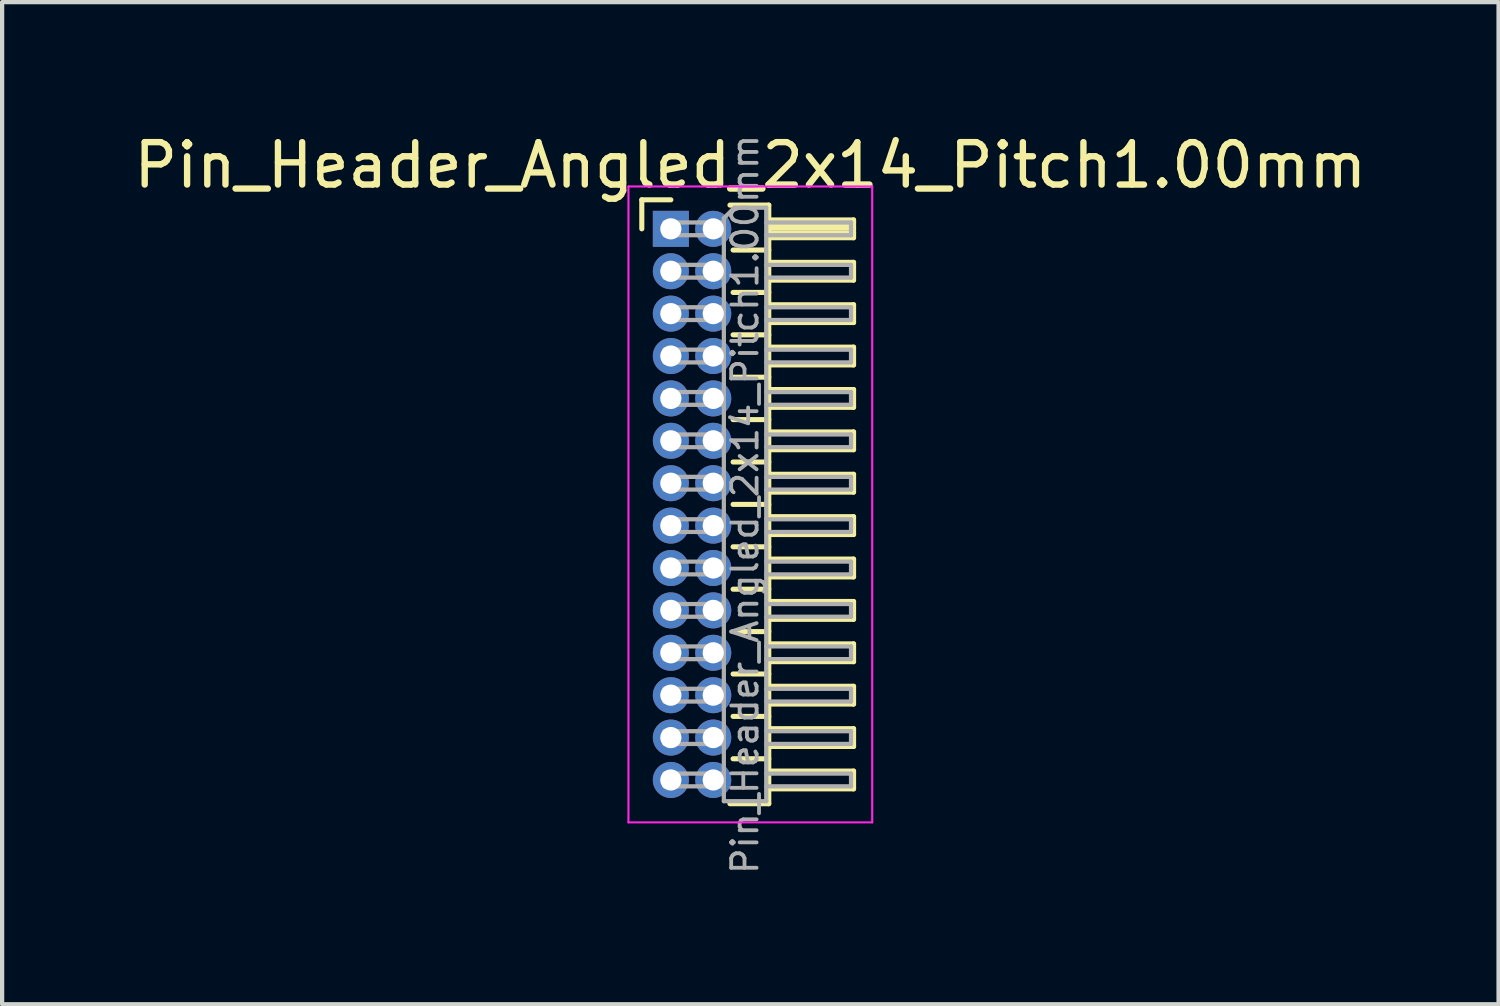
<source format=kicad_pcb>
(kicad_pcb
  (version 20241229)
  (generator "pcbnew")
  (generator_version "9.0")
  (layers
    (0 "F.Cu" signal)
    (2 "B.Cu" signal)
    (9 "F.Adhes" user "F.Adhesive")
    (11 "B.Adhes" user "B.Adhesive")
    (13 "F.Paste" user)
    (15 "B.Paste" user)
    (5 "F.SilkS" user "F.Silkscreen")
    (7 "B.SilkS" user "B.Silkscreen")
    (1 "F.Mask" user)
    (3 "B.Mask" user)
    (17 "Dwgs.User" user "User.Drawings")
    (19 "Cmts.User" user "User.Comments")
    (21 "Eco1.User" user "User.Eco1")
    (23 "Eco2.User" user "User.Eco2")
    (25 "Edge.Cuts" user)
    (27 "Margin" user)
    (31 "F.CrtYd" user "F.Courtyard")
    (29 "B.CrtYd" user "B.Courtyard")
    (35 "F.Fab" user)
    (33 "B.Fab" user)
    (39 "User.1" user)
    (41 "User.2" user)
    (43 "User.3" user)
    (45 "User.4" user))
  (footprint "Pin_Header_Angled_2x14_Pitch1.00mm"
    (layer "F.Cu")
    (at 12.774 2.348)
    (property "Reference" "Pin_Header_Angled_2x14_Pitch1.00mm" (at 1.875 -1.5 0) (layer "F.SilkS") (effects (font (size 1 1) (thickness 0.15))))
    (attr through_hole)
    (fp_line (start -0.685 -0.685) (end 0 -0.685) (stroke (width 0.12) (type solid)) (layer "F.SilkS"))
    (fp_line (start -0.685 0) (end -0.685 -0.685) (stroke (width 0.12) (type solid)) (layer "F.SilkS"))
    (fp_line (start 1.394 -0.56) (end 2.31 -0.56) (stroke (width 0.12) (type solid)) (layer "F.SilkS"))
    (fp_line (start 1.468 0.5) (end 2.31 0.5) (stroke (width 0.12) (type solid)) (layer "F.SilkS"))
    (fp_line (start 1.468 1.5) (end 2.31 1.5) (stroke (width 0.12) (type solid)) (layer "F.SilkS"))
    (fp_line (start 1.468 2.5) (end 2.31 2.5) (stroke (width 0.12) (type solid)) (layer "F.SilkS"))
    (fp_line (start 1.468 3.5) (end 2.31 3.5) (stroke (width 0.12) (type solid)) (layer "F.SilkS"))
    (fp_line (start 1.468 4.5) (end 2.31 4.5) (stroke (width 0.12) (type solid)) (layer "F.SilkS"))
    (fp_line (start 1.468 5.5) (end 2.31 5.5) (stroke (width 0.12) (type solid)) (layer "F.SilkS"))
    (fp_line (start 1.468 6.5) (end 2.31 6.5) (stroke (width 0.12) (type solid)) (layer "F.SilkS"))
    (fp_line (start 1.468 7.5) (end 2.31 7.5) (stroke (width 0.12) (type solid)) (layer "F.SilkS"))
    (fp_line (start 1.468 8.5) (end 2.31 8.5) (stroke (width 0.12) (type solid)) (layer "F.SilkS"))
    (fp_line (start 1.468 9.5) (end 2.31 9.5) (stroke (width 0.12) (type solid)) (layer "F.SilkS"))
    (fp_line (start 1.468 10.5) (end 2.31 10.5) (stroke (width 0.12) (type solid)) (layer "F.SilkS"))
    (fp_line (start 1.468 11.5) (end 2.31 11.5) (stroke (width 0.12) (type solid)) (layer "F.SilkS"))
    (fp_line (start 1.468 12.5) (end 2.31 12.5) (stroke (width 0.12) (type solid)) (layer "F.SilkS"))
    (fp_line (start 2.31 -0.56) (end 2.31 13.56) (stroke (width 0.12) (type solid)) (layer "F.SilkS"))
    (fp_line (start 2.31 -0.21) (end 4.31 -0.21) (stroke (width 0.12) (type solid)) (layer "F.SilkS"))
    (fp_line (start 2.31 -0.15) (end 4.31 -0.15) (stroke (width 0.12) (type solid)) (layer "F.SilkS"))
    (fp_line (start 2.31 -0.03) (end 4.31 -0.03) (stroke (width 0.12) (type solid)) (layer "F.SilkS"))
    (fp_line (start 2.31 0.09) (end 4.31 0.09) (stroke (width 0.12) (type solid)) (layer "F.SilkS"))
    (fp_line (start 2.31 0.79) (end 4.31 0.79) (stroke (width 0.12) (type solid)) (layer "F.SilkS"))
    (fp_line (start 2.31 1.79) (end 4.31 1.79) (stroke (width 0.12) (type solid)) (layer "F.SilkS"))
    (fp_line (start 2.31 2.79) (end 4.31 2.79) (stroke (width 0.12) (type solid)) (layer "F.SilkS"))
    (fp_line (start 2.31 3.79) (end 4.31 3.79) (stroke (width 0.12) (type solid)) (layer "F.SilkS"))
    (fp_line (start 2.31 4.79) (end 4.31 4.79) (stroke (width 0.12) (type solid)) (layer "F.SilkS"))
    (fp_line (start 2.31 5.79) (end 4.31 5.79) (stroke (width 0.12) (type solid)) (layer "F.SilkS"))
    (fp_line (start 2.31 6.79) (end 4.31 6.79) (stroke (width 0.12) (type solid)) (layer "F.SilkS"))
    (fp_line (start 2.31 7.79) (end 4.31 7.79) (stroke (width 0.12) (type solid)) (layer "F.SilkS"))
    (fp_line (start 2.31 8.79) (end 4.31 8.79) (stroke (width 0.12) (type solid)) (layer "F.SilkS"))
    (fp_line (start 2.31 9.79) (end 4.31 9.79) (stroke (width 0.12) (type solid)) (layer "F.SilkS"))
    (fp_line (start 2.31 10.79) (end 4.31 10.79) (stroke (width 0.12) (type solid)) (layer "F.SilkS"))
    (fp_line (start 2.31 11.79) (end 4.31 11.79) (stroke (width 0.12) (type solid)) (layer "F.SilkS"))
    (fp_line (start 2.31 12.79) (end 4.31 12.79) (stroke (width 0.12) (type solid)) (layer "F.SilkS"))
    (fp_line (start 2.31 13.56) (end 1.394 13.56) (stroke (width 0.12) (type solid)) (layer "F.SilkS"))
    (fp_line (start 4.31 -0.21) (end 4.31 0.21) (stroke (width 0.12) (type solid)) (layer "F.SilkS"))
    (fp_line (start 4.31 0.21) (end 2.31 0.21) (stroke (width 0.12) (type solid)) (layer "F.SilkS"))
    (fp_line (start 4.31 0.79) (end 4.31 1.21) (stroke (width 0.12) (type solid)) (layer "F.SilkS"))
    (fp_line (start 4.31 1.21) (end 2.31 1.21) (stroke (width 0.12) (type solid)) (layer "F.SilkS"))
    (fp_line (start 4.31 1.79) (end 4.31 2.21) (stroke (width 0.12) (type solid)) (layer "F.SilkS"))
    (fp_line (start 4.31 2.21) (end 2.31 2.21) (stroke (width 0.12) (type solid)) (layer "F.SilkS"))
    (fp_line (start 4.31 2.79) (end 4.31 3.21) (stroke (width 0.12) (type solid)) (layer "F.SilkS"))
    (fp_line (start 4.31 3.21) (end 2.31 3.21) (stroke (width 0.12) (type solid)) (layer "F.SilkS"))
    (fp_line (start 4.31 3.79) (end 4.31 4.21) (stroke (width 0.12) (type solid)) (layer "F.SilkS"))
    (fp_line (start 4.31 4.21) (end 2.31 4.21) (stroke (width 0.12) (type solid)) (layer "F.SilkS"))
    (fp_line (start 4.31 4.79) (end 4.31 5.21) (stroke (width 0.12) (type solid)) (layer "F.SilkS"))
    (fp_line (start 4.31 5.21) (end 2.31 5.21) (stroke (width 0.12) (type solid)) (layer "F.SilkS"))
    (fp_line (start 4.31 5.79) (end 4.31 6.21) (stroke (width 0.12) (type solid)) (layer "F.SilkS"))
    (fp_line (start 4.31 6.21) (end 2.31 6.21) (stroke (width 0.12) (type solid)) (layer "F.SilkS"))
    (fp_line (start 4.31 6.79) (end 4.31 7.21) (stroke (width 0.12) (type solid)) (layer "F.SilkS"))
    (fp_line (start 4.31 7.21) (end 2.31 7.21) (stroke (width 0.12) (type solid)) (layer "F.SilkS"))
    (fp_line (start 4.31 7.79) (end 4.31 8.21) (stroke (width 0.12) (type solid)) (layer "F.SilkS"))
    (fp_line (start 4.31 8.21) (end 2.31 8.21) (stroke (width 0.12) (type solid)) (layer "F.SilkS"))
    (fp_line (start 4.31 8.79) (end 4.31 9.21) (stroke (width 0.12) (type solid)) (layer "F.SilkS"))
    (fp_line (start 4.31 9.21) (end 2.31 9.21) (stroke (width 0.12) (type solid)) (layer "F.SilkS"))
    (fp_line (start 4.31 9.79) (end 4.31 10.21) (stroke (width 0.12) (type solid)) (layer "F.SilkS"))
    (fp_line (start 4.31 10.21) (end 2.31 10.21) (stroke (width 0.12) (type solid)) (layer "F.SilkS"))
    (fp_line (start 4.31 10.79) (end 4.31 11.21) (stroke (width 0.12) (type solid)) (layer "F.SilkS"))
    (fp_line (start 4.31 11.21) (end 2.31 11.21) (stroke (width 0.12) (type solid)) (layer "F.SilkS"))
    (fp_line (start 4.31 11.79) (end 4.31 12.21) (stroke (width 0.12) (type solid)) (layer "F.SilkS"))
    (fp_line (start 4.31 12.21) (end 2.31 12.21) (stroke (width 0.12) (type solid)) (layer "F.SilkS"))
    (fp_line (start 4.31 12.79) (end 4.31 13.21) (stroke (width 0.12) (type solid)) (layer "F.SilkS"))
    (fp_line (start 4.31 13.21) (end 2.31 13.21) (stroke (width 0.12) (type solid)) (layer "F.SilkS"))
    (fp_line (start -1 -1) (end -1 14) (stroke (width 0.05) (type solid)) (layer "F.CrtYd"))
    (fp_line (start -1 14) (end 4.75 14) (stroke (width 0.05) (type solid)) (layer "F.CrtYd"))
    (fp_line (start 4.75 -1) (end -1 -1) (stroke (width 0.05) (type solid)) (layer "F.CrtYd"))
    (fp_line (start 4.75 14) (end 4.75 -1) (stroke (width 0.05) (type solid)) (layer "F.CrtYd"))
    (fp_line (start -0.15 -0.15) (end -0.15 0.15) (stroke (width 0.1) (type solid)) (layer "F.Fab"))
    (fp_line (start -0.15 -0.15) (end 1.25 -0.15) (stroke (width 0.1) (type solid)) (layer "F.Fab"))
    (fp_line (start -0.15 0.15) (end 1.25 0.15) (stroke (width 0.1) (type solid)) (layer "F.Fab"))
    (fp_line (start -0.15 0.85) (end -0.15 1.15) (stroke (width 0.1) (type solid)) (layer "F.Fab"))
    (fp_line (start -0.15 0.85) (end 1.25 0.85) (stroke (width 0.1) (type solid)) (layer "F.Fab"))
    (fp_line (start -0.15 1.15) (end 1.25 1.15) (stroke (width 0.1) (type solid)) (layer "F.Fab"))
    (fp_line (start -0.15 1.85) (end -0.15 2.15) (stroke (width 0.1) (type solid)) (layer "F.Fab"))
    (fp_line (start -0.15 1.85) (end 1.25 1.85) (stroke (width 0.1) (type solid)) (layer "F.Fab"))
    (fp_line (start -0.15 2.15) (end 1.25 2.15) (stroke (width 0.1) (type solid)) (layer "F.Fab"))
    (fp_line (start -0.15 2.85) (end -0.15 3.15) (stroke (width 0.1) (type solid)) (layer "F.Fab"))
    (fp_line (start -0.15 2.85) (end 1.25 2.85) (stroke (width 0.1) (type solid)) (layer "F.Fab"))
    (fp_line (start -0.15 3.15) (end 1.25 3.15) (stroke (width 0.1) (type solid)) (layer "F.Fab"))
    (fp_line (start -0.15 3.85) (end -0.15 4.15) (stroke (width 0.1) (type solid)) (layer "F.Fab"))
    (fp_line (start -0.15 3.85) (end 1.25 3.85) (stroke (width 0.1) (type solid)) (layer "F.Fab"))
    (fp_line (start -0.15 4.15) (end 1.25 4.15) (stroke (width 0.1) (type solid)) (layer "F.Fab"))
    (fp_line (start -0.15 4.85) (end -0.15 5.15) (stroke (width 0.1) (type solid)) (layer "F.Fab"))
    (fp_line (start -0.15 4.85) (end 1.25 4.85) (stroke (width 0.1) (type solid)) (layer "F.Fab"))
    (fp_line (start -0.15 5.15) (end 1.25 5.15) (stroke (width 0.1) (type solid)) (layer "F.Fab"))
    (fp_line (start -0.15 5.85) (end -0.15 6.15) (stroke (width 0.1) (type solid)) (layer "F.Fab"))
    (fp_line (start -0.15 5.85) (end 1.25 5.85) (stroke (width 0.1) (type solid)) (layer "F.Fab"))
    (fp_line (start -0.15 6.15) (end 1.25 6.15) (stroke (width 0.1) (type solid)) (layer "F.Fab"))
    (fp_line (start -0.15 6.85) (end -0.15 7.15) (stroke (width 0.1) (type solid)) (layer "F.Fab"))
    (fp_line (start -0.15 6.85) (end 1.25 6.85) (stroke (width 0.1) (type solid)) (layer "F.Fab"))
    (fp_line (start -0.15 7.15) (end 1.25 7.15) (stroke (width 0.1) (type solid)) (layer "F.Fab"))
    (fp_line (start -0.15 7.85) (end -0.15 8.15) (stroke (width 0.1) (type solid)) (layer "F.Fab"))
    (fp_line (start -0.15 7.85) (end 1.25 7.85) (stroke (width 0.1) (type solid)) (layer "F.Fab"))
    (fp_line (start -0.15 8.15) (end 1.25 8.15) (stroke (width 0.1) (type solid)) (layer "F.Fab"))
    (fp_line (start -0.15 8.85) (end -0.15 9.15) (stroke (width 0.1) (type solid)) (layer "F.Fab"))
    (fp_line (start -0.15 8.85) (end 1.25 8.85) (stroke (width 0.1) (type solid)) (layer "F.Fab"))
    (fp_line (start -0.15 9.15) (end 1.25 9.15) (stroke (width 0.1) (type solid)) (layer "F.Fab"))
    (fp_line (start -0.15 9.85) (end -0.15 10.15) (stroke (width 0.1) (type solid)) (layer "F.Fab"))
    (fp_line (start -0.15 9.85) (end 1.25 9.85) (stroke (width 0.1) (type solid)) (layer "F.Fab"))
    (fp_line (start -0.15 10.15) (end 1.25 10.15) (stroke (width 0.1) (type solid)) (layer "F.Fab"))
    (fp_line (start -0.15 10.85) (end -0.15 11.15) (stroke (width 0.1) (type solid)) (layer "F.Fab"))
    (fp_line (start -0.15 10.85) (end 1.25 10.85) (stroke (width 0.1) (type solid)) (layer "F.Fab"))
    (fp_line (start -0.15 11.15) (end 1.25 11.15) (stroke (width 0.1) (type solid)) (layer "F.Fab"))
    (fp_line (start -0.15 11.85) (end -0.15 12.15) (stroke (width 0.1) (type solid)) (layer "F.Fab"))
    (fp_line (start -0.15 11.85) (end 1.25 11.85) (stroke (width 0.1) (type solid)) (layer "F.Fab"))
    (fp_line (start -0.15 12.15) (end 1.25 12.15) (stroke (width 0.1) (type solid)) (layer "F.Fab"))
    (fp_line (start -0.15 12.85) (end -0.15 13.15) (stroke (width 0.1) (type solid)) (layer "F.Fab"))
    (fp_line (start -0.15 12.85) (end 1.25 12.85) (stroke (width 0.1) (type solid)) (layer "F.Fab"))
    (fp_line (start -0.15 13.15) (end 1.25 13.15) (stroke (width 0.1) (type solid)) (layer "F.Fab"))
    (fp_line (start 1.25 -0.25) (end 1.5 -0.5) (stroke (width 0.1) (type solid)) (layer "F.Fab"))
    (fp_line (start 1.25 13.5) (end 1.25 -0.25) (stroke (width 0.1) (type solid)) (layer "F.Fab"))
    (fp_line (start 1.5 -0.5) (end 2.25 -0.5) (stroke (width 0.1) (type solid)) (layer "F.Fab"))
    (fp_line (start 2.25 -0.5) (end 2.25 13.5) (stroke (width 0.1) (type solid)) (layer "F.Fab"))
    (fp_line (start 2.25 -0.15) (end 4.25 -0.15) (stroke (width 0.1) (type solid)) (layer "F.Fab"))
    (fp_line (start 2.25 0.15) (end 4.25 0.15) (stroke (width 0.1) (type solid)) (layer "F.Fab"))
    (fp_line (start 2.25 0.85) (end 4.25 0.85) (stroke (width 0.1) (type solid)) (layer "F.Fab"))
    (fp_line (start 2.25 1.15) (end 4.25 1.15) (stroke (width 0.1) (type solid)) (layer "F.Fab"))
    (fp_line (start 2.25 1.85) (end 4.25 1.85) (stroke (width 0.1) (type solid)) (layer "F.Fab"))
    (fp_line (start 2.25 2.15) (end 4.25 2.15) (stroke (width 0.1) (type solid)) (layer "F.Fab"))
    (fp_line (start 2.25 2.85) (end 4.25 2.85) (stroke (width 0.1) (type solid)) (layer "F.Fab"))
    (fp_line (start 2.25 3.15) (end 4.25 3.15) (stroke (width 0.1) (type solid)) (layer "F.Fab"))
    (fp_line (start 2.25 3.85) (end 4.25 3.85) (stroke (width 0.1) (type solid)) (layer "F.Fab"))
    (fp_line (start 2.25 4.15) (end 4.25 4.15) (stroke (width 0.1) (type solid)) (layer "F.Fab"))
    (fp_line (start 2.25 4.85) (end 4.25 4.85) (stroke (width 0.1) (type solid)) (layer "F.Fab"))
    (fp_line (start 2.25 5.15) (end 4.25 5.15) (stroke (width 0.1) (type solid)) (layer "F.Fab"))
    (fp_line (start 2.25 5.85) (end 4.25 5.85) (stroke (width 0.1) (type solid)) (layer "F.Fab"))
    (fp_line (start 2.25 6.15) (end 4.25 6.15) (stroke (width 0.1) (type solid)) (layer "F.Fab"))
    (fp_line (start 2.25 6.85) (end 4.25 6.85) (stroke (width 0.1) (type solid)) (layer "F.Fab"))
    (fp_line (start 2.25 7.15) (end 4.25 7.15) (stroke (width 0.1) (type solid)) (layer "F.Fab"))
    (fp_line (start 2.25 7.85) (end 4.25 7.85) (stroke (width 0.1) (type solid)) (layer "F.Fab"))
    (fp_line (start 2.25 8.15) (end 4.25 8.15) (stroke (width 0.1) (type solid)) (layer "F.Fab"))
    (fp_line (start 2.25 8.85) (end 4.25 8.85) (stroke (width 0.1) (type solid)) (layer "F.Fab"))
    (fp_line (start 2.25 9.15) (end 4.25 9.15) (stroke (width 0.1) (type solid)) (layer "F.Fab"))
    (fp_line (start 2.25 9.85) (end 4.25 9.85) (stroke (width 0.1) (type solid)) (layer "F.Fab"))
    (fp_line (start 2.25 10.15) (end 4.25 10.15) (stroke (width 0.1) (type solid)) (layer "F.Fab"))
    (fp_line (start 2.25 10.85) (end 4.25 10.85) (stroke (width 0.1) (type solid)) (layer "F.Fab"))
    (fp_line (start 2.25 11.15) (end 4.25 11.15) (stroke (width 0.1) (type solid)) (layer "F.Fab"))
    (fp_line (start 2.25 11.85) (end 4.25 11.85) (stroke (width 0.1) (type solid)) (layer "F.Fab"))
    (fp_line (start 2.25 12.15) (end 4.25 12.15) (stroke (width 0.1) (type solid)) (layer "F.Fab"))
    (fp_line (start 2.25 12.85) (end 4.25 12.85) (stroke (width 0.1) (type solid)) (layer "F.Fab"))
    (fp_line (start 2.25 13.15) (end 4.25 13.15) (stroke (width 0.1) (type solid)) (layer "F.Fab"))
    (fp_line (start 2.25 13.5) (end 1.25 13.5) (stroke (width 0.1) (type solid)) (layer "F.Fab"))
    (fp_line (start 4.25 -0.15) (end 4.25 0.15) (stroke (width 0.1) (type solid)) (layer "F.Fab"))
    (fp_line (start 4.25 0.85) (end 4.25 1.15) (stroke (width 0.1) (type solid)) (layer "F.Fab"))
    (fp_line (start 4.25 1.85) (end 4.25 2.15) (stroke (width 0.1) (type solid)) (layer "F.Fab"))
    (fp_line (start 4.25 2.85) (end 4.25 3.15) (stroke (width 0.1) (type solid)) (layer "F.Fab"))
    (fp_line (start 4.25 3.85) (end 4.25 4.15) (stroke (width 0.1) (type solid)) (layer "F.Fab"))
    (fp_line (start 4.25 4.85) (end 4.25 5.15) (stroke (width 0.1) (type solid)) (layer "F.Fab"))
    (fp_line (start 4.25 5.85) (end 4.25 6.15) (stroke (width 0.1) (type solid)) (layer "F.Fab"))
    (fp_line (start 4.25 6.85) (end 4.25 7.15) (stroke (width 0.1) (type solid)) (layer "F.Fab"))
    (fp_line (start 4.25 7.85) (end 4.25 8.15) (stroke (width 0.1) (type solid)) (layer "F.Fab"))
    (fp_line (start 4.25 8.85) (end 4.25 9.15) (stroke (width 0.1) (type solid)) (layer "F.Fab"))
    (fp_line (start 4.25 9.85) (end 4.25 10.15) (stroke (width 0.1) (type solid)) (layer "F.Fab"))
    (fp_line (start 4.25 10.85) (end 4.25 11.15) (stroke (width 0.1) (type solid)) (layer "F.Fab"))
    (fp_line (start 4.25 11.85) (end 4.25 12.15) (stroke (width 0.1) (type solid)) (layer "F.Fab"))
    (fp_line (start 4.25 12.85) (end 4.25 13.15) (stroke (width 0.1) (type solid)) (layer "F.Fab"))
    (fp_text user "${REFERENCE}" (at 1.75 6.5 90) (layer "F.Fab") (effects (font (size 0.6 0.6) (thickness 0.09))))
    (pad "1" thru_hole rect (at 0 0) (size 0.85 0.85) (drill 0.5) (layers "*.Cu" "*.Mask"))
    (pad "2" thru_hole oval (at 1 0) (size 0.85 0.85) (drill 0.5) (layers "*.Cu" "*.Mask"))
    (pad "3" thru_hole oval (at 0 1) (size 0.85 0.85) (drill 0.5) (layers "*.Cu" "*.Mask"))
    (pad "4" thru_hole oval (at 1 1) (size 0.85 0.85) (drill 0.5) (layers "*.Cu" "*.Mask"))
    (pad "5" thru_hole oval (at 0 2) (size 0.85 0.85) (drill 0.5) (layers "*.Cu" "*.Mask"))
    (pad "6" thru_hole oval (at 1 2) (size 0.85 0.85) (drill 0.5) (layers "*.Cu" "*.Mask"))
    (pad "7" thru_hole oval (at 0 3) (size 0.85 0.85) (drill 0.5) (layers "*.Cu" "*.Mask"))
    (pad "8" thru_hole oval (at 1 3) (size 0.85 0.85) (drill 0.5) (layers "*.Cu" "*.Mask"))
    (pad "9" thru_hole oval (at 0 4) (size 0.85 0.85) (drill 0.5) (layers "*.Cu" "*.Mask"))
    (pad "10" thru_hole oval (at 1 4) (size 0.85 0.85) (drill 0.5) (layers "*.Cu" "*.Mask"))
    (pad "11" thru_hole oval (at 0 5) (size 0.85 0.85) (drill 0.5) (layers "*.Cu" "*.Mask"))
    (pad "12" thru_hole oval (at 1 5) (size 0.85 0.85) (drill 0.5) (layers "*.Cu" "*.Mask"))
    (pad "13" thru_hole oval (at 0 6) (size 0.85 0.85) (drill 0.5) (layers "*.Cu" "*.Mask"))
    (pad "14" thru_hole oval (at 1 6) (size 0.85 0.85) (drill 0.5) (layers "*.Cu" "*.Mask"))
    (pad "15" thru_hole oval (at 0 7) (size 0.85 0.85) (drill 0.5) (layers "*.Cu" "*.Mask"))
    (pad "16" thru_hole oval (at 1 7) (size 0.85 0.85) (drill 0.5) (layers "*.Cu" "*.Mask"))
    (pad "17" thru_hole oval (at 0 8) (size 0.85 0.85) (drill 0.5) (layers "*.Cu" "*.Mask"))
    (pad "18" thru_hole oval (at 1 8) (size 0.85 0.85) (drill 0.5) (layers "*.Cu" "*.Mask"))
    (pad "19" thru_hole oval (at 0 9) (size 0.85 0.85) (drill 0.5) (layers "*.Cu" "*.Mask"))
    (pad "20" thru_hole oval (at 1 9) (size 0.85 0.85) (drill 0.5) (layers "*.Cu" "*.Mask"))
    (pad "21" thru_hole oval (at 0 10) (size 0.85 0.85) (drill 0.5) (layers "*.Cu" "*.Mask"))
    (pad "22" thru_hole oval (at 1 10) (size 0.85 0.85) (drill 0.5) (layers "*.Cu" "*.Mask"))
    (pad "23" thru_hole oval (at 0 11) (size 0.85 0.85) (drill 0.5) (layers "*.Cu" "*.Mask"))
    (pad "24" thru_hole oval (at 1 11) (size 0.85 0.85) (drill 0.5) (layers "*.Cu" "*.Mask"))
    (pad "25" thru_hole oval (at 0 12) (size 0.85 0.85) (drill 0.5) (layers "*.Cu" "*.Mask"))
    (pad "26" thru_hole oval (at 1 12) (size 0.85 0.85) (drill 0.5) (layers "*.Cu" "*.Mask"))
    (pad "27" thru_hole oval (at 0 13) (size 0.85 0.85) (drill 0.5) (layers "*.Cu" "*.Mask"))
    (pad "28" thru_hole oval (at 1 13) (size 0.85 0.85) (drill 0.5) (layers "*.Cu" "*.Mask")))
  (gr_rect
    (start -3 -3)
    (end 32.298 20.638)
    (stroke (width 0.1) (type default))
    (fill no)
    (layer "Edge.Cuts")))
</source>
